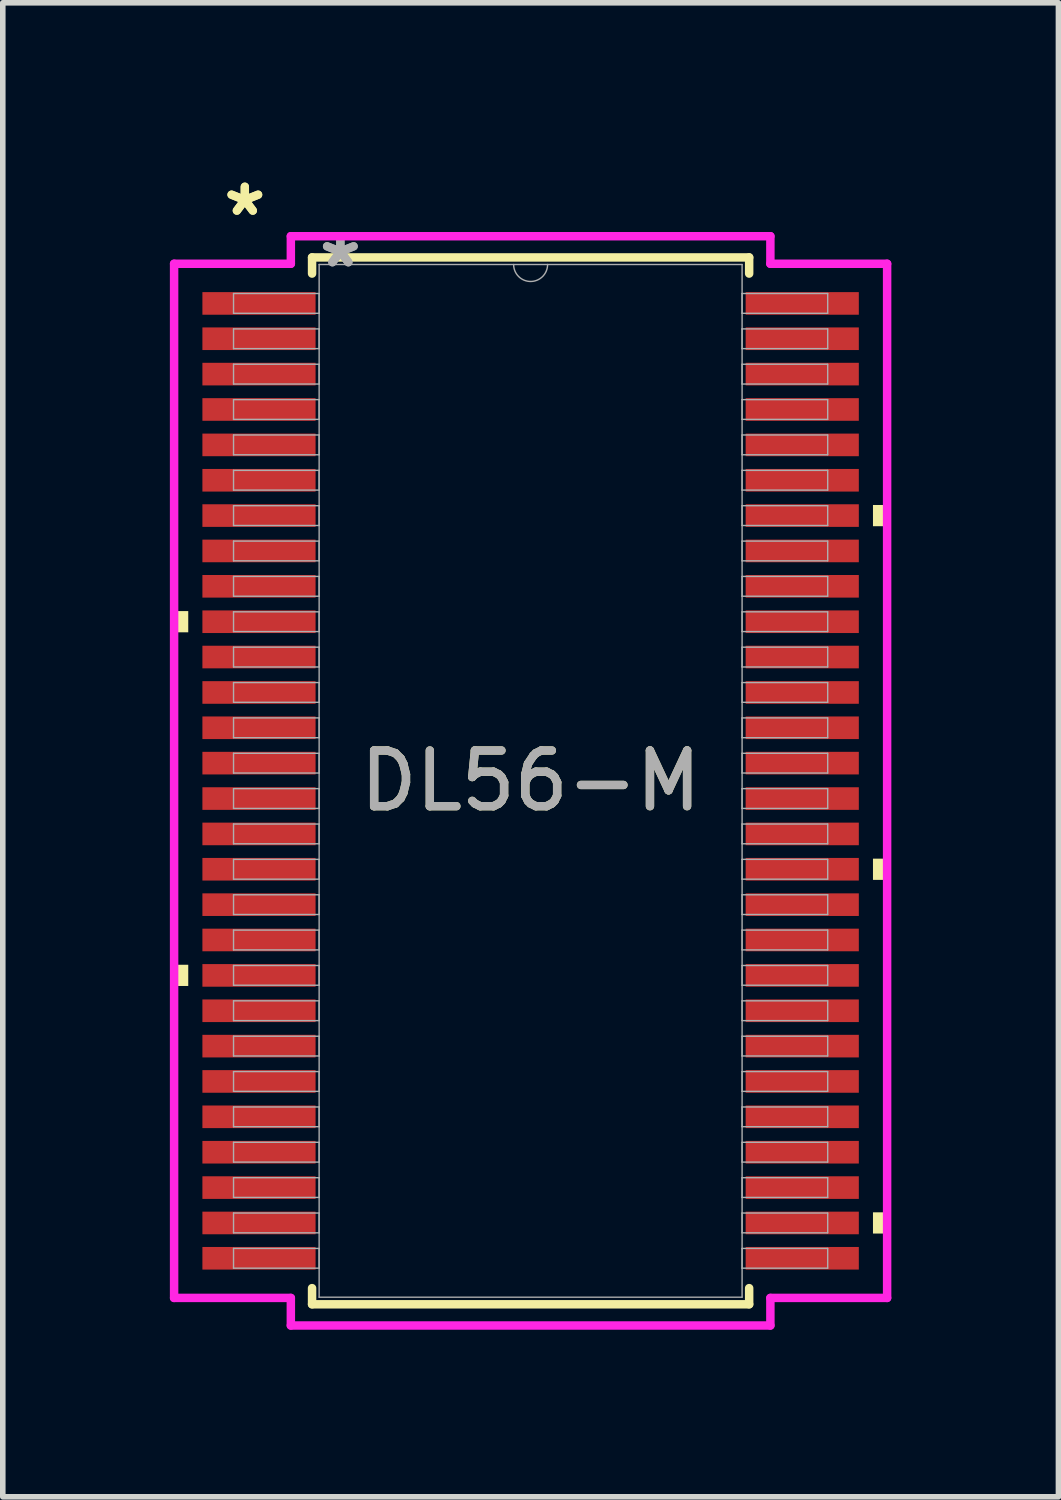
<source format=kicad_pcb>
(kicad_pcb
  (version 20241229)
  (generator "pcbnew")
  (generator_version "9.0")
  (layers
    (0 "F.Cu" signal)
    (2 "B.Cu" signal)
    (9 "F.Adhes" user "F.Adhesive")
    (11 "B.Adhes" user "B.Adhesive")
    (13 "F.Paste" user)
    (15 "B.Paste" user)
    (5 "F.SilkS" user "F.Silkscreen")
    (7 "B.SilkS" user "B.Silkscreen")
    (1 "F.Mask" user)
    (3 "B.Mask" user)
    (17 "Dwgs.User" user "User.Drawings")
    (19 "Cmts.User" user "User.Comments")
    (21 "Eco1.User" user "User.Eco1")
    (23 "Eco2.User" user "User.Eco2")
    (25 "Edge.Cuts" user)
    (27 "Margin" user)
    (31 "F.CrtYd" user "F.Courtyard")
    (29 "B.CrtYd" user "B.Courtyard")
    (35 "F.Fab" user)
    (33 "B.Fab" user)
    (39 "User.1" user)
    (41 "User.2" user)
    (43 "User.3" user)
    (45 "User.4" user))
  (footprint "DL56-M"
    (layer "F.Cu")
    (at 6.477 10.97)
    (property "Reference" "DL56-M" (at 0 0 0) (unlocked yes) (layer "F.SilkS") (effects (font (size 1 1) (thickness 0.15))))
    (attr smd)
    (fp_line (start -3.924 -9.398) (end -3.924 -9.108) (stroke (width 0.152) (type solid)) (layer "F.SilkS"))
    (fp_line (start -3.924 9.108) (end -3.924 9.398) (stroke (width 0.152) (type solid)) (layer "F.SilkS"))
    (fp_line (start -3.924 9.398) (end 3.924 9.398) (stroke (width 0.152) (type solid)) (layer "F.SilkS"))
    (fp_line (start 3.924 -9.398) (end -3.924 -9.398) (stroke (width 0.152) (type solid)) (layer "F.SilkS"))
    (fp_line (start 3.924 -9.108) (end 3.924 -9.398) (stroke (width 0.152) (type solid)) (layer "F.SilkS"))
    (fp_line (start 3.924 9.398) (end 3.924 9.108) (stroke (width 0.152) (type solid)) (layer "F.SilkS"))
    (fp_poly (pts (xy -6.401 -3.048) (xy -6.401 -2.667) (xy -6.147 -2.667) (xy -6.147 -3.048)) (stroke (width 0) (type solid)) (fill yes) (layer "F.SilkS"))
    (fp_poly (pts (xy -6.401 3.302) (xy -6.401 3.683) (xy -6.147 3.683) (xy -6.147 3.302)) (stroke (width 0) (type solid)) (fill yes) (layer "F.SilkS"))
    (fp_poly (pts (xy 6.401 -4.953) (xy 6.401 -4.572) (xy 6.147 -4.572) (xy 6.147 -4.953)) (stroke (width 0) (type solid)) (fill yes) (layer "F.SilkS"))
    (fp_poly (pts (xy 6.401 1.397) (xy 6.401 1.778) (xy 6.147 1.778) (xy 6.147 1.397)) (stroke (width 0) (type solid)) (fill yes) (layer "F.SilkS"))
    (fp_poly (pts (xy 6.401 7.747) (xy 6.401 8.128) (xy 6.147 8.128) (xy 6.147 7.747)) (stroke (width 0) (type solid)) (fill yes) (layer "F.SilkS"))
    (fp_line (start -6.401 -9.284) (end -4.305 -9.284) (stroke (width 0.152) (type solid)) (layer "F.CrtYd"))
    (fp_line (start -6.401 9.284) (end -6.401 -9.284) (stroke (width 0.152) (type solid)) (layer "F.CrtYd"))
    (fp_line (start -6.401 9.284) (end -4.305 9.284) (stroke (width 0.152) (type solid)) (layer "F.CrtYd"))
    (fp_line (start -4.305 -9.779) (end 4.305 -9.779) (stroke (width 0.152) (type solid)) (layer "F.CrtYd"))
    (fp_line (start -4.305 -9.284) (end -4.305 -9.779) (stroke (width 0.152) (type solid)) (layer "F.CrtYd"))
    (fp_line (start -4.305 9.779) (end -4.305 9.284) (stroke (width 0.152) (type solid)) (layer "F.CrtYd"))
    (fp_line (start 4.305 -9.779) (end 4.305 -9.284) (stroke (width 0.152) (type solid)) (layer "F.CrtYd"))
    (fp_line (start 4.305 9.284) (end 4.305 9.779) (stroke (width 0.152) (type solid)) (layer "F.CrtYd"))
    (fp_line (start 4.305 9.779) (end -4.305 9.779) (stroke (width 0.152) (type solid)) (layer "F.CrtYd"))
    (fp_line (start 6.401 -9.284) (end 4.305 -9.284) (stroke (width 0.152) (type solid)) (layer "F.CrtYd"))
    (fp_line (start 6.401 -9.284) (end 6.401 9.284) (stroke (width 0.152) (type solid)) (layer "F.CrtYd"))
    (fp_line (start 6.401 9.284) (end 4.305 9.284) (stroke (width 0.152) (type solid)) (layer "F.CrtYd"))
    (fp_line (start -5.334 -8.75) (end -5.334 -8.395) (stroke (width 0.025) (type solid)) (layer "F.Fab"))
    (fp_line (start -5.334 -8.395) (end -3.797 -8.395) (stroke (width 0.025) (type solid)) (layer "F.Fab"))
    (fp_line (start -5.334 -8.115) (end -5.334 -7.76) (stroke (width 0.025) (type solid)) (layer "F.Fab"))
    (fp_line (start -5.334 -7.76) (end -3.797 -7.76) (stroke (width 0.025) (type solid)) (layer "F.Fab"))
    (fp_line (start -5.334 -7.48) (end -5.334 -7.125) (stroke (width 0.025) (type solid)) (layer "F.Fab"))
    (fp_line (start -5.334 -7.125) (end -3.797 -7.125) (stroke (width 0.025) (type solid)) (layer "F.Fab"))
    (fp_line (start -5.334 -6.845) (end -5.334 -6.49) (stroke (width 0.025) (type solid)) (layer "F.Fab"))
    (fp_line (start -5.334 -6.49) (end -3.797 -6.49) (stroke (width 0.025) (type solid)) (layer "F.Fab"))
    (fp_line (start -5.334 -6.21) (end -5.334 -5.855) (stroke (width 0.025) (type solid)) (layer "F.Fab"))
    (fp_line (start -5.334 -5.855) (end -3.797 -5.855) (stroke (width 0.025) (type solid)) (layer "F.Fab"))
    (fp_line (start -5.334 -5.575) (end -5.334 -5.22) (stroke (width 0.025) (type solid)) (layer "F.Fab"))
    (fp_line (start -5.334 -5.22) (end -3.797 -5.22) (stroke (width 0.025) (type solid)) (layer "F.Fab"))
    (fp_line (start -5.334 -4.94) (end -5.334 -4.585) (stroke (width 0.025) (type solid)) (layer "F.Fab"))
    (fp_line (start -5.334 -4.585) (end -3.797 -4.585) (stroke (width 0.025) (type solid)) (layer "F.Fab"))
    (fp_line (start -5.334 -4.305) (end -5.334 -3.95) (stroke (width 0.025) (type solid)) (layer "F.Fab"))
    (fp_line (start -5.334 -3.95) (end -3.797 -3.95) (stroke (width 0.025) (type solid)) (layer "F.Fab"))
    (fp_line (start -5.334 -3.67) (end -5.334 -3.315) (stroke (width 0.025) (type solid)) (layer "F.Fab"))
    (fp_line (start -5.334 -3.315) (end -3.797 -3.315) (stroke (width 0.025) (type solid)) (layer "F.Fab"))
    (fp_line (start -5.334 -3.035) (end -5.334 -2.68) (stroke (width 0.025) (type solid)) (layer "F.Fab"))
    (fp_line (start -5.334 -2.68) (end -3.797 -2.68) (stroke (width 0.025) (type solid)) (layer "F.Fab"))
    (fp_line (start -5.334 -2.4) (end -5.334 -2.045) (stroke (width 0.025) (type solid)) (layer "F.Fab"))
    (fp_line (start -5.334 -2.045) (end -3.797 -2.045) (stroke (width 0.025) (type solid)) (layer "F.Fab"))
    (fp_line (start -5.334 -1.765) (end -5.334 -1.41) (stroke (width 0.025) (type solid)) (layer "F.Fab"))
    (fp_line (start -5.334 -1.41) (end -3.797 -1.41) (stroke (width 0.025) (type solid)) (layer "F.Fab"))
    (fp_line (start -5.334 -1.13) (end -5.334 -0.775) (stroke (width 0.025) (type solid)) (layer "F.Fab"))
    (fp_line (start -5.334 -0.775) (end -3.797 -0.775) (stroke (width 0.025) (type solid)) (layer "F.Fab"))
    (fp_line (start -5.334 -0.495) (end -5.334 -0.14) (stroke (width 0.025) (type solid)) (layer "F.Fab"))
    (fp_line (start -5.334 -0.14) (end -3.797 -0.14) (stroke (width 0.025) (type solid)) (layer "F.Fab"))
    (fp_line (start -5.334 0.14) (end -5.334 0.495) (stroke (width 0.025) (type solid)) (layer "F.Fab"))
    (fp_line (start -5.334 0.495) (end -3.797 0.495) (stroke (width 0.025) (type solid)) (layer "F.Fab"))
    (fp_line (start -5.334 0.775) (end -5.334 1.13) (stroke (width 0.025) (type solid)) (layer "F.Fab"))
    (fp_line (start -5.334 1.13) (end -3.797 1.13) (stroke (width 0.025) (type solid)) (layer "F.Fab"))
    (fp_line (start -5.334 1.41) (end -5.334 1.765) (stroke (width 0.025) (type solid)) (layer "F.Fab"))
    (fp_line (start -5.334 1.765) (end -3.797 1.765) (stroke (width 0.025) (type solid)) (layer "F.Fab"))
    (fp_line (start -5.334 2.045) (end -5.334 2.4) (stroke (width 0.025) (type solid)) (layer "F.Fab"))
    (fp_line (start -5.334 2.4) (end -3.797 2.4) (stroke (width 0.025) (type solid)) (layer "F.Fab"))
    (fp_line (start -5.334 2.68) (end -5.334 3.035) (stroke (width 0.025) (type solid)) (layer "F.Fab"))
    (fp_line (start -5.334 3.035) (end -3.797 3.035) (stroke (width 0.025) (type solid)) (layer "F.Fab"))
    (fp_line (start -5.334 3.315) (end -5.334 3.67) (stroke (width 0.025) (type solid)) (layer "F.Fab"))
    (fp_line (start -5.334 3.67) (end -3.797 3.67) (stroke (width 0.025) (type solid)) (layer "F.Fab"))
    (fp_line (start -5.334 3.95) (end -5.334 4.305) (stroke (width 0.025) (type solid)) (layer "F.Fab"))
    (fp_line (start -5.334 4.305) (end -3.797 4.305) (stroke (width 0.025) (type solid)) (layer "F.Fab"))
    (fp_line (start -5.334 4.585) (end -5.334 4.94) (stroke (width 0.025) (type solid)) (layer "F.Fab"))
    (fp_line (start -5.334 4.94) (end -3.797 4.94) (stroke (width 0.025) (type solid)) (layer "F.Fab"))
    (fp_line (start -5.334 5.22) (end -5.334 5.575) (stroke (width 0.025) (type solid)) (layer "F.Fab"))
    (fp_line (start -5.334 5.575) (end -3.797 5.575) (stroke (width 0.025) (type solid)) (layer "F.Fab"))
    (fp_line (start -5.334 5.855) (end -5.334 6.21) (stroke (width 0.025) (type solid)) (layer "F.Fab"))
    (fp_line (start -5.334 6.21) (end -3.797 6.21) (stroke (width 0.025) (type solid)) (layer "F.Fab"))
    (fp_line (start -5.334 6.49) (end -5.334 6.845) (stroke (width 0.025) (type solid)) (layer "F.Fab"))
    (fp_line (start -5.334 6.845) (end -3.797 6.845) (stroke (width 0.025) (type solid)) (layer "F.Fab"))
    (fp_line (start -5.334 7.125) (end -5.334 7.48) (stroke (width 0.025) (type solid)) (layer "F.Fab"))
    (fp_line (start -5.334 7.48) (end -3.797 7.48) (stroke (width 0.025) (type solid)) (layer "F.Fab"))
    (fp_line (start -5.334 7.76) (end -5.334 8.115) (stroke (width 0.025) (type solid)) (layer "F.Fab"))
    (fp_line (start -5.334 8.115) (end -3.797 8.115) (stroke (width 0.025) (type solid)) (layer "F.Fab"))
    (fp_line (start -5.334 8.395) (end -5.334 8.75) (stroke (width 0.025) (type solid)) (layer "F.Fab"))
    (fp_line (start -5.334 8.75) (end -3.797 8.75) (stroke (width 0.025) (type solid)) (layer "F.Fab"))
    (fp_line (start -3.797 -9.271) (end -3.797 9.271) (stroke (width 0.025) (type solid)) (layer "F.Fab"))
    (fp_line (start -3.797 -8.75) (end -5.334 -8.75) (stroke (width 0.025) (type solid)) (layer "F.Fab"))
    (fp_line (start -3.797 -8.395) (end -3.797 -8.75) (stroke (width 0.025) (type solid)) (layer "F.Fab"))
    (fp_line (start -3.797 -8.115) (end -5.334 -8.115) (stroke (width 0.025) (type solid)) (layer "F.Fab"))
    (fp_line (start -3.797 -7.76) (end -3.797 -8.115) (stroke (width 0.025) (type solid)) (layer "F.Fab"))
    (fp_line (start -3.797 -7.48) (end -5.334 -7.48) (stroke (width 0.025) (type solid)) (layer "F.Fab"))
    (fp_line (start -3.797 -7.125) (end -3.797 -7.48) (stroke (width 0.025) (type solid)) (layer "F.Fab"))
    (fp_line (start -3.797 -6.845) (end -5.334 -6.845) (stroke (width 0.025) (type solid)) (layer "F.Fab"))
    (fp_line (start -3.797 -6.49) (end -3.797 -6.845) (stroke (width 0.025) (type solid)) (layer "F.Fab"))
    (fp_line (start -3.797 -6.21) (end -5.334 -6.21) (stroke (width 0.025) (type solid)) (layer "F.Fab"))
    (fp_line (start -3.797 -5.855) (end -3.797 -6.21) (stroke (width 0.025) (type solid)) (layer "F.Fab"))
    (fp_line (start -3.797 -5.575) (end -5.334 -5.575) (stroke (width 0.025) (type solid)) (layer "F.Fab"))
    (fp_line (start -3.797 -5.22) (end -3.797 -5.575) (stroke (width 0.025) (type solid)) (layer "F.Fab"))
    (fp_line (start -3.797 -4.94) (end -5.334 -4.94) (stroke (width 0.025) (type solid)) (layer "F.Fab"))
    (fp_line (start -3.797 -4.585) (end -3.797 -4.94) (stroke (width 0.025) (type solid)) (layer "F.Fab"))
    (fp_line (start -3.797 -4.305) (end -5.334 -4.305) (stroke (width 0.025) (type solid)) (layer "F.Fab"))
    (fp_line (start -3.797 -3.95) (end -3.797 -4.305) (stroke (width 0.025) (type solid)) (layer "F.Fab"))
    (fp_line (start -3.797 -3.67) (end -5.334 -3.67) (stroke (width 0.025) (type solid)) (layer "F.Fab"))
    (fp_line (start -3.797 -3.315) (end -3.797 -3.67) (stroke (width 0.025) (type solid)) (layer "F.Fab"))
    (fp_line (start -3.797 -3.035) (end -5.334 -3.035) (stroke (width 0.025) (type solid)) (layer "F.Fab"))
    (fp_line (start -3.797 -2.68) (end -3.797 -3.035) (stroke (width 0.025) (type solid)) (layer "F.Fab"))
    (fp_line (start -3.797 -2.4) (end -5.334 -2.4) (stroke (width 0.025) (type solid)) (layer "F.Fab"))
    (fp_line (start -3.797 -2.045) (end -3.797 -2.4) (stroke (width 0.025) (type solid)) (layer "F.Fab"))
    (fp_line (start -3.797 -1.765) (end -5.334 -1.765) (stroke (width 0.025) (type solid)) (layer "F.Fab"))
    (fp_line (start -3.797 -1.41) (end -3.797 -1.765) (stroke (width 0.025) (type solid)) (layer "F.Fab"))
    (fp_line (start -3.797 -1.13) (end -5.334 -1.13) (stroke (width 0.025) (type solid)) (layer "F.Fab"))
    (fp_line (start -3.797 -0.775) (end -3.797 -1.13) (stroke (width 0.025) (type solid)) (layer "F.Fab"))
    (fp_line (start -3.797 -0.495) (end -5.334 -0.495) (stroke (width 0.025) (type solid)) (layer "F.Fab"))
    (fp_line (start -3.797 -0.14) (end -3.797 -0.495) (stroke (width 0.025) (type solid)) (layer "F.Fab"))
    (fp_line (start -3.797 0.14) (end -5.334 0.14) (stroke (width 0.025) (type solid)) (layer "F.Fab"))
    (fp_line (start -3.797 0.495) (end -3.797 0.14) (stroke (width 0.025) (type solid)) (layer "F.Fab"))
    (fp_line (start -3.797 0.775) (end -5.334 0.775) (stroke (width 0.025) (type solid)) (layer "F.Fab"))
    (fp_line (start -3.797 1.13) (end -3.797 0.775) (stroke (width 0.025) (type solid)) (layer "F.Fab"))
    (fp_line (start -3.797 1.41) (end -5.334 1.41) (stroke (width 0.025) (type solid)) (layer "F.Fab"))
    (fp_line (start -3.797 1.765) (end -3.797 1.41) (stroke (width 0.025) (type solid)) (layer "F.Fab"))
    (fp_line (start -3.797 2.045) (end -5.334 2.045) (stroke (width 0.025) (type solid)) (layer "F.Fab"))
    (fp_line (start -3.797 2.4) (end -3.797 2.045) (stroke (width 0.025) (type solid)) (layer "F.Fab"))
    (fp_line (start -3.797 2.68) (end -5.334 2.68) (stroke (width 0.025) (type solid)) (layer "F.Fab"))
    (fp_line (start -3.797 3.035) (end -3.797 2.68) (stroke (width 0.025) (type solid)) (layer "F.Fab"))
    (fp_line (start -3.797 3.315) (end -5.334 3.315) (stroke (width 0.025) (type solid)) (layer "F.Fab"))
    (fp_line (start -3.797 3.67) (end -3.797 3.315) (stroke (width 0.025) (type solid)) (layer "F.Fab"))
    (fp_line (start -3.797 3.95) (end -5.334 3.95) (stroke (width 0.025) (type solid)) (layer "F.Fab"))
    (fp_line (start -3.797 4.305) (end -3.797 3.95) (stroke (width 0.025) (type solid)) (layer "F.Fab"))
    (fp_line (start -3.797 4.585) (end -5.334 4.585) (stroke (width 0.025) (type solid)) (layer "F.Fab"))
    (fp_line (start -3.797 4.94) (end -3.797 4.585) (stroke (width 0.025) (type solid)) (layer "F.Fab"))
    (fp_line (start -3.797 5.22) (end -5.334 5.22) (stroke (width 0.025) (type solid)) (layer "F.Fab"))
    (fp_line (start -3.797 5.575) (end -3.797 5.22) (stroke (width 0.025) (type solid)) (layer "F.Fab"))
    (fp_line (start -3.797 5.855) (end -5.334 5.855) (stroke (width 0.025) (type solid)) (layer "F.Fab"))
    (fp_line (start -3.797 6.21) (end -3.797 5.855) (stroke (width 0.025) (type solid)) (layer "F.Fab"))
    (fp_line (start -3.797 6.49) (end -5.334 6.49) (stroke (width 0.025) (type solid)) (layer "F.Fab"))
    (fp_line (start -3.797 6.845) (end -3.797 6.49) (stroke (width 0.025) (type solid)) (layer "F.Fab"))
    (fp_line (start -3.797 7.125) (end -5.334 7.125) (stroke (width 0.025) (type solid)) (layer "F.Fab"))
    (fp_line (start -3.797 7.48) (end -3.797 7.125) (stroke (width 0.025) (type solid)) (layer "F.Fab"))
    (fp_line (start -3.797 7.76) (end -5.334 7.76) (stroke (width 0.025) (type solid)) (layer "F.Fab"))
    (fp_line (start -3.797 8.115) (end -3.797 7.76) (stroke (width 0.025) (type solid)) (layer "F.Fab"))
    (fp_line (start -3.797 8.395) (end -5.334 8.395) (stroke (width 0.025) (type solid)) (layer "F.Fab"))
    (fp_line (start -3.797 8.75) (end -3.797 8.395) (stroke (width 0.025) (type solid)) (layer "F.Fab"))
    (fp_line (start -3.797 9.271) (end 3.797 9.271) (stroke (width 0.025) (type solid)) (layer "F.Fab"))
    (fp_line (start 3.797 -9.271) (end -3.797 -9.271) (stroke (width 0.025) (type solid)) (layer "F.Fab"))
    (fp_line (start 3.797 -8.75) (end 3.797 -8.395) (stroke (width 0.025) (type solid)) (layer "F.Fab"))
    (fp_line (start 3.797 -8.395) (end 5.334 -8.395) (stroke (width 0.025) (type solid)) (layer "F.Fab"))
    (fp_line (start 3.797 -8.115) (end 3.797 -7.76) (stroke (width 0.025) (type solid)) (layer "F.Fab"))
    (fp_line (start 3.797 -7.76) (end 5.334 -7.76) (stroke (width 0.025) (type solid)) (layer "F.Fab"))
    (fp_line (start 3.797 -7.48) (end 3.797 -7.125) (stroke (width 0.025) (type solid)) (layer "F.Fab"))
    (fp_line (start 3.797 -7.125) (end 5.334 -7.125) (stroke (width 0.025) (type solid)) (layer "F.Fab"))
    (fp_line (start 3.797 -6.845) (end 3.797 -6.49) (stroke (width 0.025) (type solid)) (layer "F.Fab"))
    (fp_line (start 3.797 -6.49) (end 5.334 -6.49) (stroke (width 0.025) (type solid)) (layer "F.Fab"))
    (fp_line (start 3.797 -6.21) (end 3.797 -5.855) (stroke (width 0.025) (type solid)) (layer "F.Fab"))
    (fp_line (start 3.797 -5.855) (end 5.334 -5.855) (stroke (width 0.025) (type solid)) (layer "F.Fab"))
    (fp_line (start 3.797 -5.575) (end 3.797 -5.22) (stroke (width 0.025) (type solid)) (layer "F.Fab"))
    (fp_line (start 3.797 -5.22) (end 5.334 -5.22) (stroke (width 0.025) (type solid)) (layer "F.Fab"))
    (fp_line (start 3.797 -4.94) (end 3.797 -4.585) (stroke (width 0.025) (type solid)) (layer "F.Fab"))
    (fp_line (start 3.797 -4.585) (end 5.334 -4.585) (stroke (width 0.025) (type solid)) (layer "F.Fab"))
    (fp_line (start 3.797 -4.305) (end 3.797 -3.95) (stroke (width 0.025) (type solid)) (layer "F.Fab"))
    (fp_line (start 3.797 -3.95) (end 5.334 -3.95) (stroke (width 0.025) (type solid)) (layer "F.Fab"))
    (fp_line (start 3.797 -3.67) (end 3.797 -3.315) (stroke (width 0.025) (type solid)) (layer "F.Fab"))
    (fp_line (start 3.797 -3.315) (end 5.334 -3.315) (stroke (width 0.025) (type solid)) (layer "F.Fab"))
    (fp_line (start 3.797 -3.035) (end 3.797 -2.68) (stroke (width 0.025) (type solid)) (layer "F.Fab"))
    (fp_line (start 3.797 -2.68) (end 5.334 -2.68) (stroke (width 0.025) (type solid)) (layer "F.Fab"))
    (fp_line (start 3.797 -2.4) (end 3.797 -2.045) (stroke (width 0.025) (type solid)) (layer "F.Fab"))
    (fp_line (start 3.797 -2.045) (end 5.334 -2.045) (stroke (width 0.025) (type solid)) (layer "F.Fab"))
    (fp_line (start 3.797 -1.765) (end 3.797 -1.41) (stroke (width 0.025) (type solid)) (layer "F.Fab"))
    (fp_line (start 3.797 -1.41) (end 5.334 -1.41) (stroke (width 0.025) (type solid)) (layer "F.Fab"))
    (fp_line (start 3.797 -1.13) (end 3.797 -0.775) (stroke (width 0.025) (type solid)) (layer "F.Fab"))
    (fp_line (start 3.797 -0.775) (end 5.334 -0.775) (stroke (width 0.025) (type solid)) (layer "F.Fab"))
    (fp_line (start 3.797 -0.495) (end 3.797 -0.14) (stroke (width 0.025) (type solid)) (layer "F.Fab"))
    (fp_line (start 3.797 -0.14) (end 5.334 -0.14) (stroke (width 0.025) (type solid)) (layer "F.Fab"))
    (fp_line (start 3.797 0.14) (end 3.797 0.495) (stroke (width 0.025) (type solid)) (layer "F.Fab"))
    (fp_line (start 3.797 0.495) (end 5.334 0.495) (stroke (width 0.025) (type solid)) (layer "F.Fab"))
    (fp_line (start 3.797 0.775) (end 3.797 1.13) (stroke (width 0.025) (type solid)) (layer "F.Fab"))
    (fp_line (start 3.797 1.13) (end 5.334 1.13) (stroke (width 0.025) (type solid)) (layer "F.Fab"))
    (fp_line (start 3.797 1.41) (end 3.797 1.765) (stroke (width 0.025) (type solid)) (layer "F.Fab"))
    (fp_line (start 3.797 1.765) (end 5.334 1.765) (stroke (width 0.025) (type solid)) (layer "F.Fab"))
    (fp_line (start 3.797 2.045) (end 3.797 2.4) (stroke (width 0.025) (type solid)) (layer "F.Fab"))
    (fp_line (start 3.797 2.4) (end 5.334 2.4) (stroke (width 0.025) (type solid)) (layer "F.Fab"))
    (fp_line (start 3.797 2.68) (end 3.797 3.035) (stroke (width 0.025) (type solid)) (layer "F.Fab"))
    (fp_line (start 3.797 3.035) (end 5.334 3.035) (stroke (width 0.025) (type solid)) (layer "F.Fab"))
    (fp_line (start 3.797 3.315) (end 3.797 3.67) (stroke (width 0.025) (type solid)) (layer "F.Fab"))
    (fp_line (start 3.797 3.67) (end 5.334 3.67) (stroke (width 0.025) (type solid)) (layer "F.Fab"))
    (fp_line (start 3.797 3.95) (end 3.797 4.305) (stroke (width 0.025) (type solid)) (layer "F.Fab"))
    (fp_line (start 3.797 4.305) (end 5.334 4.305) (stroke (width 0.025) (type solid)) (layer "F.Fab"))
    (fp_line (start 3.797 4.585) (end 3.797 4.94) (stroke (width 0.025) (type solid)) (layer "F.Fab"))
    (fp_line (start 3.797 4.94) (end 5.334 4.94) (stroke (width 0.025) (type solid)) (layer "F.Fab"))
    (fp_line (start 3.797 5.22) (end 3.797 5.575) (stroke (width 0.025) (type solid)) (layer "F.Fab"))
    (fp_line (start 3.797 5.575) (end 5.334 5.575) (stroke (width 0.025) (type solid)) (layer "F.Fab"))
    (fp_line (start 3.797 5.855) (end 3.797 6.21) (stroke (width 0.025) (type solid)) (layer "F.Fab"))
    (fp_line (start 3.797 6.21) (end 5.334 6.21) (stroke (width 0.025) (type solid)) (layer "F.Fab"))
    (fp_line (start 3.797 6.49) (end 3.797 6.845) (stroke (width 0.025) (type solid)) (layer "F.Fab"))
    (fp_line (start 3.797 6.845) (end 5.334 6.845) (stroke (width 0.025) (type solid)) (layer "F.Fab"))
    (fp_line (start 3.797 7.125) (end 3.797 7.48) (stroke (width 0.025) (type solid)) (layer "F.Fab"))
    (fp_line (start 3.797 7.48) (end 5.334 7.48) (stroke (width 0.025) (type solid)) (layer "F.Fab"))
    (fp_line (start 3.797 7.76) (end 3.797 8.115) (stroke (width 0.025) (type solid)) (layer "F.Fab"))
    (fp_line (start 3.797 8.115) (end 5.334 8.115) (stroke (width 0.025) (type solid)) (layer "F.Fab"))
    (fp_line (start 3.797 8.395) (end 3.797 8.75) (stroke (width 0.025) (type solid)) (layer "F.Fab"))
    (fp_line (start 3.797 8.75) (end 5.334 8.75) (stroke (width 0.025) (type solid)) (layer "F.Fab"))
    (fp_line (start 3.797 9.271) (end 3.797 -9.271) (stroke (width 0.025) (type solid)) (layer "F.Fab"))
    (fp_line (start 5.334 -8.75) (end 3.797 -8.75) (stroke (width 0.025) (type solid)) (layer "F.Fab"))
    (fp_line (start 5.334 -8.395) (end 5.334 -8.75) (stroke (width 0.025) (type solid)) (layer "F.Fab"))
    (fp_line (start 5.334 -8.115) (end 3.797 -8.115) (stroke (width 0.025) (type solid)) (layer "F.Fab"))
    (fp_line (start 5.334 -7.76) (end 5.334 -8.115) (stroke (width 0.025) (type solid)) (layer "F.Fab"))
    (fp_line (start 5.334 -7.48) (end 3.797 -7.48) (stroke (width 0.025) (type solid)) (layer "F.Fab"))
    (fp_line (start 5.334 -7.125) (end 5.334 -7.48) (stroke (width 0.025) (type solid)) (layer "F.Fab"))
    (fp_line (start 5.334 -6.845) (end 3.797 -6.845) (stroke (width 0.025) (type solid)) (layer "F.Fab"))
    (fp_line (start 5.334 -6.49) (end 5.334 -6.845) (stroke (width 0.025) (type solid)) (layer "F.Fab"))
    (fp_line (start 5.334 -6.21) (end 3.797 -6.21) (stroke (width 0.025) (type solid)) (layer "F.Fab"))
    (fp_line (start 5.334 -5.855) (end 5.334 -6.21) (stroke (width 0.025) (type solid)) (layer "F.Fab"))
    (fp_line (start 5.334 -5.575) (end 3.797 -5.575) (stroke (width 0.025) (type solid)) (layer "F.Fab"))
    (fp_line (start 5.334 -5.22) (end 5.334 -5.575) (stroke (width 0.025) (type solid)) (layer "F.Fab"))
    (fp_line (start 5.334 -4.94) (end 3.797 -4.94) (stroke (width 0.025) (type solid)) (layer "F.Fab"))
    (fp_line (start 5.334 -4.585) (end 5.334 -4.94) (stroke (width 0.025) (type solid)) (layer "F.Fab"))
    (fp_line (start 5.334 -4.305) (end 3.797 -4.305) (stroke (width 0.025) (type solid)) (layer "F.Fab"))
    (fp_line (start 5.334 -3.95) (end 5.334 -4.305) (stroke (width 0.025) (type solid)) (layer "F.Fab"))
    (fp_line (start 5.334 -3.67) (end 3.797 -3.67) (stroke (width 0.025) (type solid)) (layer "F.Fab"))
    (fp_line (start 5.334 -3.315) (end 5.334 -3.67) (stroke (width 0.025) (type solid)) (layer "F.Fab"))
    (fp_line (start 5.334 -3.035) (end 3.797 -3.035) (stroke (width 0.025) (type solid)) (layer "F.Fab"))
    (fp_line (start 5.334 -2.68) (end 5.334 -3.035) (stroke (width 0.025) (type solid)) (layer "F.Fab"))
    (fp_line (start 5.334 -2.4) (end 3.797 -2.4) (stroke (width 0.025) (type solid)) (layer "F.Fab"))
    (fp_line (start 5.334 -2.045) (end 5.334 -2.4) (stroke (width 0.025) (type solid)) (layer "F.Fab"))
    (fp_line (start 5.334 -1.765) (end 3.797 -1.765) (stroke (width 0.025) (type solid)) (layer "F.Fab"))
    (fp_line (start 5.334 -1.41) (end 5.334 -1.765) (stroke (width 0.025) (type solid)) (layer "F.Fab"))
    (fp_line (start 5.334 -1.13) (end 3.797 -1.13) (stroke (width 0.025) (type solid)) (layer "F.Fab"))
    (fp_line (start 5.334 -0.775) (end 5.334 -1.13) (stroke (width 0.025) (type solid)) (layer "F.Fab"))
    (fp_line (start 5.334 -0.495) (end 3.797 -0.495) (stroke (width 0.025) (type solid)) (layer "F.Fab"))
    (fp_line (start 5.334 -0.14) (end 5.334 -0.495) (stroke (width 0.025) (type solid)) (layer "F.Fab"))
    (fp_line (start 5.334 0.14) (end 3.797 0.14) (stroke (width 0.025) (type solid)) (layer "F.Fab"))
    (fp_line (start 5.334 0.495) (end 5.334 0.14) (stroke (width 0.025) (type solid)) (layer "F.Fab"))
    (fp_line (start 5.334 0.775) (end 3.797 0.775) (stroke (width 0.025) (type solid)) (layer "F.Fab"))
    (fp_line (start 5.334 1.13) (end 5.334 0.775) (stroke (width 0.025) (type solid)) (layer "F.Fab"))
    (fp_line (start 5.334 1.41) (end 3.797 1.41) (stroke (width 0.025) (type solid)) (layer "F.Fab"))
    (fp_line (start 5.334 1.765) (end 5.334 1.41) (stroke (width 0.025) (type solid)) (layer "F.Fab"))
    (fp_line (start 5.334 2.045) (end 3.797 2.045) (stroke (width 0.025) (type solid)) (layer "F.Fab"))
    (fp_line (start 5.334 2.4) (end 5.334 2.045) (stroke (width 0.025) (type solid)) (layer "F.Fab"))
    (fp_line (start 5.334 2.68) (end 3.797 2.68) (stroke (width 0.025) (type solid)) (layer "F.Fab"))
    (fp_line (start 5.334 3.035) (end 5.334 2.68) (stroke (width 0.025) (type solid)) (layer "F.Fab"))
    (fp_line (start 5.334 3.315) (end 3.797 3.315) (stroke (width 0.025) (type solid)) (layer "F.Fab"))
    (fp_line (start 5.334 3.67) (end 5.334 3.315) (stroke (width 0.025) (type solid)) (layer "F.Fab"))
    (fp_line (start 5.334 3.95) (end 3.797 3.95) (stroke (width 0.025) (type solid)) (layer "F.Fab"))
    (fp_line (start 5.334 4.305) (end 5.334 3.95) (stroke (width 0.025) (type solid)) (layer "F.Fab"))
    (fp_line (start 5.334 4.585) (end 3.797 4.585) (stroke (width 0.025) (type solid)) (layer "F.Fab"))
    (fp_line (start 5.334 4.94) (end 5.334 4.585) (stroke (width 0.025) (type solid)) (layer "F.Fab"))
    (fp_line (start 5.334 5.22) (end 3.797 5.22) (stroke (width 0.025) (type solid)) (layer "F.Fab"))
    (fp_line (start 5.334 5.575) (end 5.334 5.22) (stroke (width 0.025) (type solid)) (layer "F.Fab"))
    (fp_line (start 5.334 5.855) (end 3.797 5.855) (stroke (width 0.025) (type solid)) (layer "F.Fab"))
    (fp_line (start 5.334 6.21) (end 5.334 5.855) (stroke (width 0.025) (type solid)) (layer "F.Fab"))
    (fp_line (start 5.334 6.49) (end 3.797 6.49) (stroke (width 0.025) (type solid)) (layer "F.Fab"))
    (fp_line (start 5.334 6.845) (end 5.334 6.49) (stroke (width 0.025) (type solid)) (layer "F.Fab"))
    (fp_line (start 5.334 7.125) (end 3.797 7.125) (stroke (width 0.025) (type solid)) (layer "F.Fab"))
    (fp_line (start 5.334 7.48) (end 5.334 7.125) (stroke (width 0.025) (type solid)) (layer "F.Fab"))
    (fp_line (start 5.334 7.76) (end 3.797 7.76) (stroke (width 0.025) (type solid)) (layer "F.Fab"))
    (fp_line (start 5.334 8.115) (end 5.334 7.76) (stroke (width 0.025) (type solid)) (layer "F.Fab"))
    (fp_line (start 5.334 8.395) (end 3.797 8.395) (stroke (width 0.025) (type solid)) (layer "F.Fab"))
    (fp_line (start 5.334 8.75) (end 5.334 8.395) (stroke (width 0.025) (type solid)) (layer "F.Fab"))
    (fp_arc (start 0.3048 -9.271) (mid 0 -8.9662) (end -0.3048 -9.271) (stroke (width 0.0254) (type solid)) (layer "F.Fab"))
    (fp_text user "*" (at -5.131 -10.122 0) (unlocked yes) (layer "F.SilkS") (effects (font (size 1 1) (thickness 0.15))))
    (fp_text user "*" (at -5.131 -10.122 0) (layer "F.SilkS") (effects (font (size 1 1) (thickness 0.15))))
    (fp_text user "*" (at -3.416 -9.195 0) (unlocked yes) (layer "F.Fab") (effects (font (size 1 1) (thickness 0.15))))
    (fp_text user "${REFERENCE}" (at 0 0 0) (unlocked yes) (layer "F.Fab") (effects (font (size 1 1) (thickness 0.15))))
    (fp_text user "*" (at -3.416 -9.195 0) (layer "F.Fab") (effects (font (size 1 1) (thickness 0.15))))
    (pad "1" smd rect (at -4.877 -8.572) (size 2.032 0.406) (layers "F.Cu" "F.Mask" "F.Paste"))
    (pad "2" smd rect (at -4.877 -7.938) (size 2.032 0.406) (layers "F.Cu" "F.Mask" "F.Paste"))
    (pad "3" smd rect (at -4.877 -7.303) (size 2.032 0.406) (layers "F.Cu" "F.Mask" "F.Paste"))
    (pad "4" smd rect (at -4.877 -6.668) (size 2.032 0.406) (layers "F.Cu" "F.Mask" "F.Paste"))
    (pad "5" smd rect (at -4.877 -6.032) (size 2.032 0.406) (layers "F.Cu" "F.Mask" "F.Paste"))
    (pad "6" smd rect (at -4.877 -5.397) (size 2.032 0.406) (layers "F.Cu" "F.Mask" "F.Paste"))
    (pad "7" smd rect (at -4.877 -4.763) (size 2.032 0.406) (layers "F.Cu" "F.Mask" "F.Paste"))
    (pad "8" smd rect (at -4.877 -4.128) (size 2.032 0.406) (layers "F.Cu" "F.Mask" "F.Paste"))
    (pad "9" smd rect (at -4.877 -3.493) (size 2.032 0.406) (layers "F.Cu" "F.Mask" "F.Paste"))
    (pad "10" smd rect (at -4.877 -2.857) (size 2.032 0.406) (layers "F.Cu" "F.Mask" "F.Paste"))
    (pad "11" smd rect (at -4.877 -2.223) (size 2.032 0.406) (layers "F.Cu" "F.Mask" "F.Paste"))
    (pad "12" smd rect (at -4.877 -1.587) (size 2.032 0.406) (layers "F.Cu" "F.Mask" "F.Paste"))
    (pad "13" smd rect (at -4.877 -0.953) (size 2.032 0.406) (layers "F.Cu" "F.Mask" "F.Paste"))
    (pad "14" smd rect (at -4.877 -0.318) (size 2.032 0.406) (layers "F.Cu" "F.Mask" "F.Paste"))
    (pad "15" smd rect (at -4.877 0.318) (size 2.032 0.406) (layers "F.Cu" "F.Mask" "F.Paste"))
    (pad "16" smd rect (at -4.877 0.953) (size 2.032 0.406) (layers "F.Cu" "F.Mask" "F.Paste"))
    (pad "17" smd rect (at -4.877 1.587) (size 2.032 0.406) (layers "F.Cu" "F.Mask" "F.Paste"))
    (pad "18" smd rect (at -4.877 2.223) (size 2.032 0.406) (layers "F.Cu" "F.Mask" "F.Paste"))
    (pad "19" smd rect (at -4.877 2.857) (size 2.032 0.406) (layers "F.Cu" "F.Mask" "F.Paste"))
    (pad "20" smd rect (at -4.877 3.493) (size 2.032 0.406) (layers "F.Cu" "F.Mask" "F.Paste"))
    (pad "21" smd rect (at -4.877 4.128) (size 2.032 0.406) (layers "F.Cu" "F.Mask" "F.Paste"))
    (pad "22" smd rect (at -4.877 4.763) (size 2.032 0.406) (layers "F.Cu" "F.Mask" "F.Paste"))
    (pad "23" smd rect (at -4.877 5.397) (size 2.032 0.406) (layers "F.Cu" "F.Mask" "F.Paste"))
    (pad "24" smd rect (at -4.877 6.032) (size 2.032 0.406) (layers "F.Cu" "F.Mask" "F.Paste"))
    (pad "25" smd rect (at -4.877 6.668) (size 2.032 0.406) (layers "F.Cu" "F.Mask" "F.Paste"))
    (pad "26" smd rect (at -4.877 7.303) (size 2.032 0.406) (layers "F.Cu" "F.Mask" "F.Paste"))
    (pad "27" smd rect (at -4.877 7.938) (size 2.032 0.406) (layers "F.Cu" "F.Mask" "F.Paste"))
    (pad "28" smd rect (at -4.877 8.572) (size 2.032 0.406) (layers "F.Cu" "F.Mask" "F.Paste"))
    (pad "29" smd rect (at 4.877 8.572) (size 2.032 0.406) (layers "F.Cu" "F.Mask" "F.Paste"))
    (pad "30" smd rect (at 4.877 7.938) (size 2.032 0.406) (layers "F.Cu" "F.Mask" "F.Paste"))
    (pad "31" smd rect (at 4.877 7.303) (size 2.032 0.406) (layers "F.Cu" "F.Mask" "F.Paste"))
    (pad "32" smd rect (at 4.877 6.668) (size 2.032 0.406) (layers "F.Cu" "F.Mask" "F.Paste"))
    (pad "33" smd rect (at 4.877 6.032) (size 2.032 0.406) (layers "F.Cu" "F.Mask" "F.Paste"))
    (pad "34" smd rect (at 4.877 5.397) (size 2.032 0.406) (layers "F.Cu" "F.Mask" "F.Paste"))
    (pad "35" smd rect (at 4.877 4.763) (size 2.032 0.406) (layers "F.Cu" "F.Mask" "F.Paste"))
    (pad "36" smd rect (at 4.877 4.128) (size 2.032 0.406) (layers "F.Cu" "F.Mask" "F.Paste"))
    (pad "37" smd rect (at 4.877 3.493) (size 2.032 0.406) (layers "F.Cu" "F.Mask" "F.Paste"))
    (pad "38" smd rect (at 4.877 2.857) (size 2.032 0.406) (layers "F.Cu" "F.Mask" "F.Paste"))
    (pad "39" smd rect (at 4.877 2.223) (size 2.032 0.406) (layers "F.Cu" "F.Mask" "F.Paste"))
    (pad "40" smd rect (at 4.877 1.587) (size 2.032 0.406) (layers "F.Cu" "F.Mask" "F.Paste"))
    (pad "41" smd rect (at 4.877 0.953) (size 2.032 0.406) (layers "F.Cu" "F.Mask" "F.Paste"))
    (pad "42" smd rect (at 4.877 0.318) (size 2.032 0.406) (layers "F.Cu" "F.Mask" "F.Paste"))
    (pad "43" smd rect (at 4.877 -0.318) (size 2.032 0.406) (layers "F.Cu" "F.Mask" "F.Paste"))
    (pad "44" smd rect (at 4.877 -0.953) (size 2.032 0.406) (layers "F.Cu" "F.Mask" "F.Paste"))
    (pad "45" smd rect (at 4.877 -1.587) (size 2.032 0.406) (layers "F.Cu" "F.Mask" "F.Paste"))
    (pad "46" smd rect (at 4.877 -2.223) (size 2.032 0.406) (layers "F.Cu" "F.Mask" "F.Paste"))
    (pad "47" smd rect (at 4.877 -2.857) (size 2.032 0.406) (layers "F.Cu" "F.Mask" "F.Paste"))
    (pad "48" smd rect (at 4.877 -3.493) (size 2.032 0.406) (layers "F.Cu" "F.Mask" "F.Paste"))
    (pad "49" smd rect (at 4.877 -4.128) (size 2.032 0.406) (layers "F.Cu" "F.Mask" "F.Paste"))
    (pad "50" smd rect (at 4.877 -4.763) (size 2.032 0.406) (layers "F.Cu" "F.Mask" "F.Paste"))
    (pad "51" smd rect (at 4.877 -5.397) (size 2.032 0.406) (layers "F.Cu" "F.Mask" "F.Paste"))
    (pad "52" smd rect (at 4.877 -6.032) (size 2.032 0.406) (layers "F.Cu" "F.Mask" "F.Paste"))
    (pad "53" smd rect (at 4.877 -6.668) (size 2.032 0.406) (layers "F.Cu" "F.Mask" "F.Paste"))
    (pad "54" smd rect (at 4.877 -7.303) (size 2.032 0.406) (layers "F.Cu" "F.Mask" "F.Paste"))
    (pad "55" smd rect (at 4.877 -7.938) (size 2.032 0.406) (layers "F.Cu" "F.Mask" "F.Paste"))
    (pad "56" smd rect (at 4.877 -8.572) (size 2.032 0.406) (layers "F.Cu" "F.Mask" "F.Paste")))
  (gr_rect
    (start -3 -3)
    (end 15.954 23.825)
    (stroke (width 0.1) (type default))
    (fill no)
    (layer "Edge.Cuts")))
</source>
